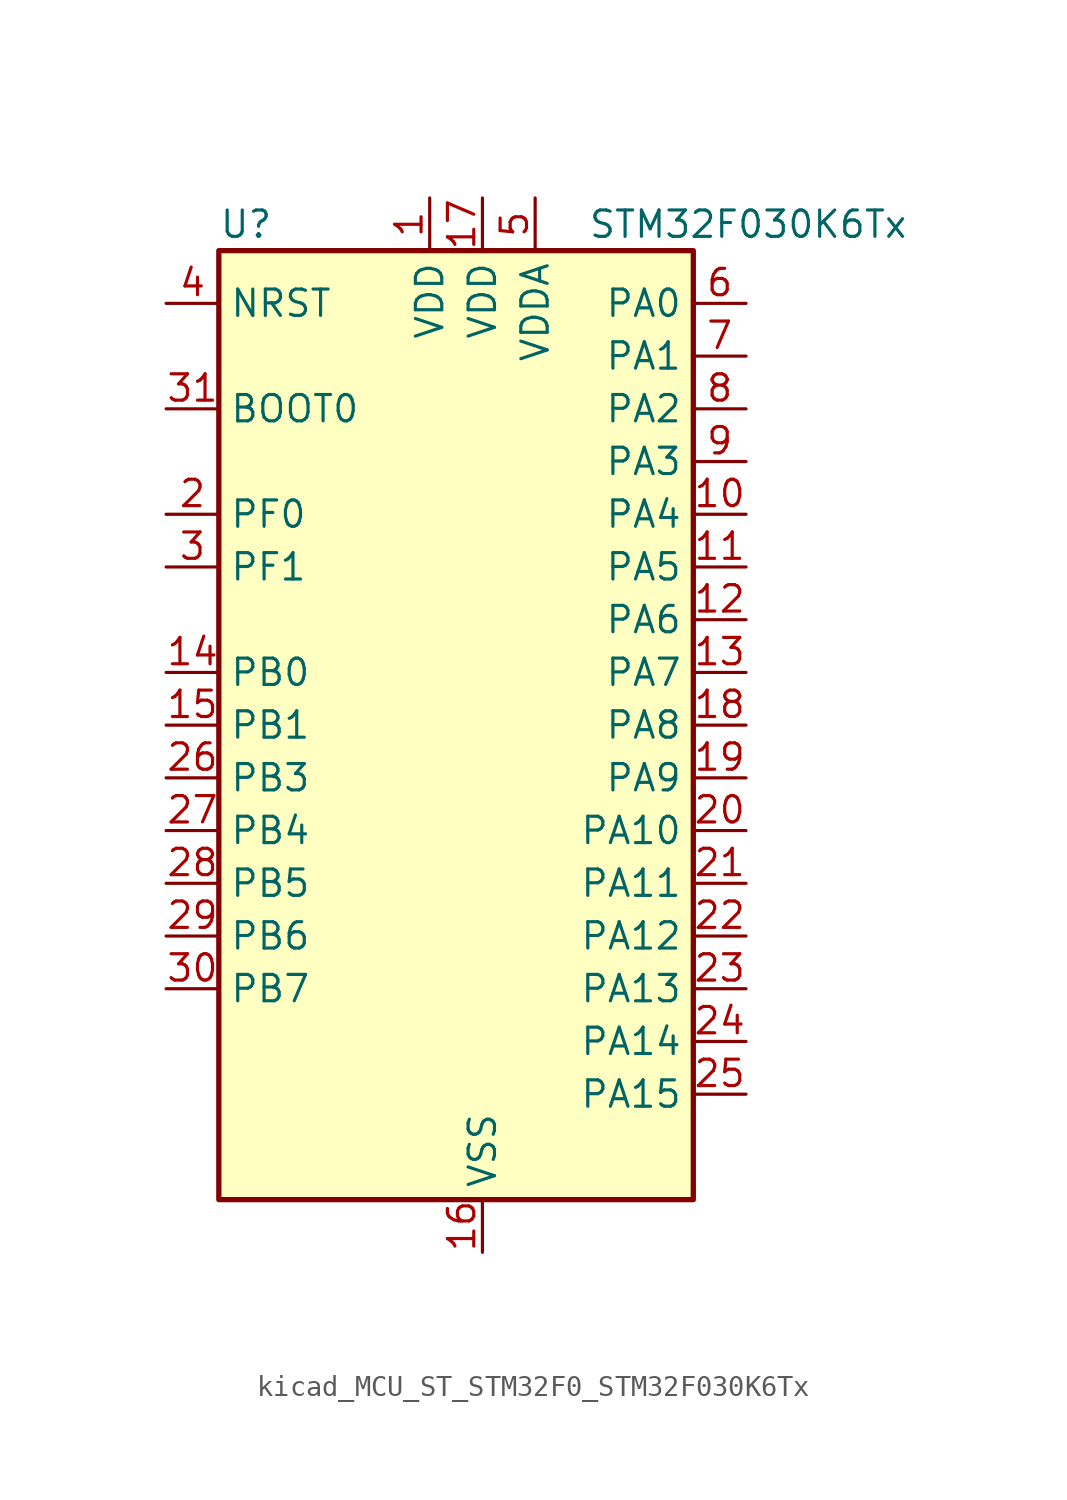
<source format=kicad_sym>
(kicad_symbol_lib
  (version 20220914)
  (generator kicad_symbol_editor)
  (symbol "kicad_MCU_ST_STM32F0_STM32F030K6Tx"
    (property "Reference" "U"
      (at -10.16 24.13 0)
      (effects (font (size 1.27 1.27)) (justify left)))
    (property "Value" "STM32F030K6Tx"
      (at 7.62 24.13 0)
      (effects (font (size 1.27 1.27)) (justify left)))
    (property "ki_locked" ""
      (at 0 0 0)
      (effects (font (size 1.27 1.27))))
    (symbol "kicad_MCU_ST_STM32F0_STM32F030K6Tx_0_1"
      (rectangle (start -10.16 -22.86) (end 12.7 22.86) (stroke (width 0.254) (type default)) (fill (type background))))
    (symbol "kicad_MCU_ST_STM32F0_STM32F030K6Tx_1_1"
      (pin power_in line (at 0 25.4 270) (length 2.54) (name "VDD" (effects (font (size 1.27 1.27)))) (number "1" (effects (font (size 1.27 1.27)))))
      (pin bidirectional line (at 15.24 10.16 180) (length 2.54) (name "PA4" (effects (font (size 1.27 1.27)))) (number "10" (effects (font (size 1.27 1.27)))) (alternate "ADC_IN4" bidirectional line) (alternate "SPI1_NSS" bidirectional line) (alternate "TIM14_CH1" bidirectional line) (alternate "USART1_CK" bidirectional line))
      (pin bidirectional line (at 15.24 7.62 180) (length 2.54) (name "PA5" (effects (font (size 1.27 1.27)))) (number "11" (effects (font (size 1.27 1.27)))) (alternate "ADC_IN5" bidirectional line) (alternate "SPI1_SCK" bidirectional line))
      (pin bidirectional line (at 15.24 5.08 180) (length 2.54) (name "PA6" (effects (font (size 1.27 1.27)))) (number "12" (effects (font (size 1.27 1.27)))) (alternate "ADC_IN6" bidirectional line) (alternate "SPI1_MISO" bidirectional line) (alternate "TIM16_CH1" bidirectional line) (alternate "TIM1_BKIN" bidirectional line) (alternate "TIM3_CH1" bidirectional line))
      (pin bidirectional line (at 15.24 2.54 180) (length 2.54) (name "PA7" (effects (font (size 1.27 1.27)))) (number "13" (effects (font (size 1.27 1.27)))) (alternate "ADC_IN7" bidirectional line) (alternate "SPI1_MOSI" bidirectional line) (alternate "TIM14_CH1" bidirectional line) (alternate "TIM17_CH1" bidirectional line) (alternate "TIM1_CH1N" bidirectional line) (alternate "TIM3_CH2" bidirectional line))
      (pin bidirectional line (at -12.7 2.54 0) (length 2.54) (name "PB0" (effects (font (size 1.27 1.27)))) (number "14" (effects (font (size 1.27 1.27)))) (alternate "ADC_IN8" bidirectional line) (alternate "TIM1_CH2N" bidirectional line) (alternate "TIM3_CH3" bidirectional line))
      (pin bidirectional line (at -12.7 0 0) (length 2.54) (name "PB1" (effects (font (size 1.27 1.27)))) (number "15" (effects (font (size 1.27 1.27)))) (alternate "ADC_IN9" bidirectional line) (alternate "TIM14_CH1" bidirectional line) (alternate "TIM1_CH3N" bidirectional line) (alternate "TIM3_CH4" bidirectional line))
      (pin power_in line (at 2.54 -25.4 90) (length 2.54) (name "VSS" (effects (font (size 1.27 1.27)))) (number "16" (effects (font (size 1.27 1.27)))))
      (pin power_in line (at 2.54 25.4 270) (length 2.54) (name "VDD" (effects (font (size 1.27 1.27)))) (number "17" (effects (font (size 1.27 1.27)))))
      (pin bidirectional line (at 15.24 0 180) (length 2.54) (name "PA8" (effects (font (size 1.27 1.27)))) (number "18" (effects (font (size 1.27 1.27)))) (alternate "RCC_MCO" bidirectional line) (alternate "TIM1_CH1" bidirectional line) (alternate "USART1_CK" bidirectional line))
      (pin bidirectional line (at 15.24 -2.54 180) (length 2.54) (name "PA9" (effects (font (size 1.27 1.27)))) (number "19" (effects (font (size 1.27 1.27)))) (alternate "I2C1_SCL" bidirectional line) (alternate "TIM1_CH2" bidirectional line) (alternate "USART1_TX" bidirectional line))
      (pin bidirectional line (at -12.7 10.16 0) (length 2.54) (name "PF0" (effects (font (size 1.27 1.27)))) (number "2" (effects (font (size 1.27 1.27)))) (alternate "RCC_OSC_IN" bidirectional line))
      (pin bidirectional line (at 15.24 -5.08 180) (length 2.54) (name "PA10" (effects (font (size 1.27 1.27)))) (number "20" (effects (font (size 1.27 1.27)))) (alternate "I2C1_SDA" bidirectional line) (alternate "TIM17_BKIN" bidirectional line) (alternate "TIM1_CH3" bidirectional line) (alternate "USART1_RX" bidirectional line))
      (pin bidirectional line (at 15.24 -7.62 180) (length 2.54) (name "PA11" (effects (font (size 1.27 1.27)))) (number "21" (effects (font (size 1.27 1.27)))) (alternate "TIM1_CH4" bidirectional line) (alternate "USART1_CTS" bidirectional line))
      (pin bidirectional line (at 15.24 -10.16 180) (length 2.54) (name "PA12" (effects (font (size 1.27 1.27)))) (number "22" (effects (font (size 1.27 1.27)))) (alternate "TIM1_ETR" bidirectional line) (alternate "USART1_DE" bidirectional line) (alternate "USART1_RTS" bidirectional line))
      (pin bidirectional line (at 15.24 -12.7 180) (length 2.54) (name "PA13" (effects (font (size 1.27 1.27)))) (number "23" (effects (font (size 1.27 1.27)))) (alternate "IR_OUT" bidirectional line) (alternate "SYS_SWDIO" bidirectional line))
      (pin bidirectional line (at 15.24 -15.24 180) (length 2.54) (name "PA14" (effects (font (size 1.27 1.27)))) (number "24" (effects (font (size 1.27 1.27)))) (alternate "SYS_SWCLK" bidirectional line) (alternate "USART1_TX" bidirectional line))
      (pin bidirectional line (at 15.24 -17.78 180) (length 2.54) (name "PA15" (effects (font (size 1.27 1.27)))) (number "25" (effects (font (size 1.27 1.27)))) (alternate "SPI1_NSS" bidirectional line) (alternate "USART1_RX" bidirectional line))
      (pin bidirectional line (at -12.7 -2.54 0) (length 2.54) (name "PB3" (effects (font (size 1.27 1.27)))) (number "26" (effects (font (size 1.27 1.27)))) (alternate "SPI1_SCK" bidirectional line))
      (pin bidirectional line (at -12.7 -5.08 0) (length 2.54) (name "PB4" (effects (font (size 1.27 1.27)))) (number "27" (effects (font (size 1.27 1.27)))) (alternate "SPI1_MISO" bidirectional line) (alternate "TIM3_CH1" bidirectional line))
      (pin bidirectional line (at -12.7 -7.62 0) (length 2.54) (name "PB5" (effects (font (size 1.27 1.27)))) (number "28" (effects (font (size 1.27 1.27)))) (alternate "I2C1_SMBA" bidirectional line) (alternate "SPI1_MOSI" bidirectional line) (alternate "TIM16_BKIN" bidirectional line) (alternate "TIM3_CH2" bidirectional line))
      (pin bidirectional line (at -12.7 -10.16 0) (length 2.54) (name "PB6" (effects (font (size 1.27 1.27)))) (number "29" (effects (font (size 1.27 1.27)))) (alternate "I2C1_SCL" bidirectional line) (alternate "TIM16_CH1N" bidirectional line) (alternate "USART1_TX" bidirectional line))
      (pin bidirectional line (at -12.7 7.62 0) (length 2.54) (name "PF1" (effects (font (size 1.27 1.27)))) (number "3" (effects (font (size 1.27 1.27)))) (alternate "RCC_OSC_OUT" bidirectional line))
      (pin bidirectional line (at -12.7 -12.7 0) (length 2.54) (name "PB7" (effects (font (size 1.27 1.27)))) (number "30" (effects (font (size 1.27 1.27)))) (alternate "I2C1_SDA" bidirectional line) (alternate "TIM17_CH1N" bidirectional line) (alternate "USART1_RX" bidirectional line))
      (pin input line (at -12.7 15.24 0) (length 2.54) (name "BOOT0" (effects (font (size 1.27 1.27)))) (number "31" (effects (font (size 1.27 1.27)))))
      (pin passive line (at 2.54 -25.4 90) (length 2.54) hide (name "VSS" (effects (font (size 1.27 1.27)))) (number "32" (effects (font (size 1.27 1.27)))))
      (pin input line (at -12.7 20.32 0) (length 2.54) (name "NRST" (effects (font (size 1.27 1.27)))) (number "4" (effects (font (size 1.27 1.27)))))
      (pin power_in line (at 5.08 25.4 270) (length 2.54) (name "VDDA" (effects (font (size 1.27 1.27)))) (number "5" (effects (font (size 1.27 1.27)))))
      (pin bidirectional line (at 15.24 20.32 180) (length 2.54) (name "PA0" (effects (font (size 1.27 1.27)))) (number "6" (effects (font (size 1.27 1.27)))) (alternate "ADC_IN0" bidirectional line) (alternate "RTC_TAMP2" bidirectional line) (alternate "SYS_WKUP1" bidirectional line) (alternate "USART1_CTS" bidirectional line))
      (pin bidirectional line (at 15.24 17.78 180) (length 2.54) (name "PA1" (effects (font (size 1.27 1.27)))) (number "7" (effects (font (size 1.27 1.27)))) (alternate "ADC_IN1" bidirectional line) (alternate "USART1_DE" bidirectional line) (alternate "USART1_RTS" bidirectional line))
      (pin bidirectional line (at 15.24 15.24 180) (length 2.54) (name "PA2" (effects (font (size 1.27 1.27)))) (number "8" (effects (font (size 1.27 1.27)))) (alternate "ADC_IN2" bidirectional line) (alternate "USART1_TX" bidirectional line))
      (pin bidirectional line (at 15.24 12.7 180) (length 2.54) (name "PA3" (effects (font (size 1.27 1.27)))) (number "9" (effects (font (size 1.27 1.27)))) (alternate "ADC_IN3" bidirectional line) (alternate "USART1_RX" bidirectional line)))))
</source>
